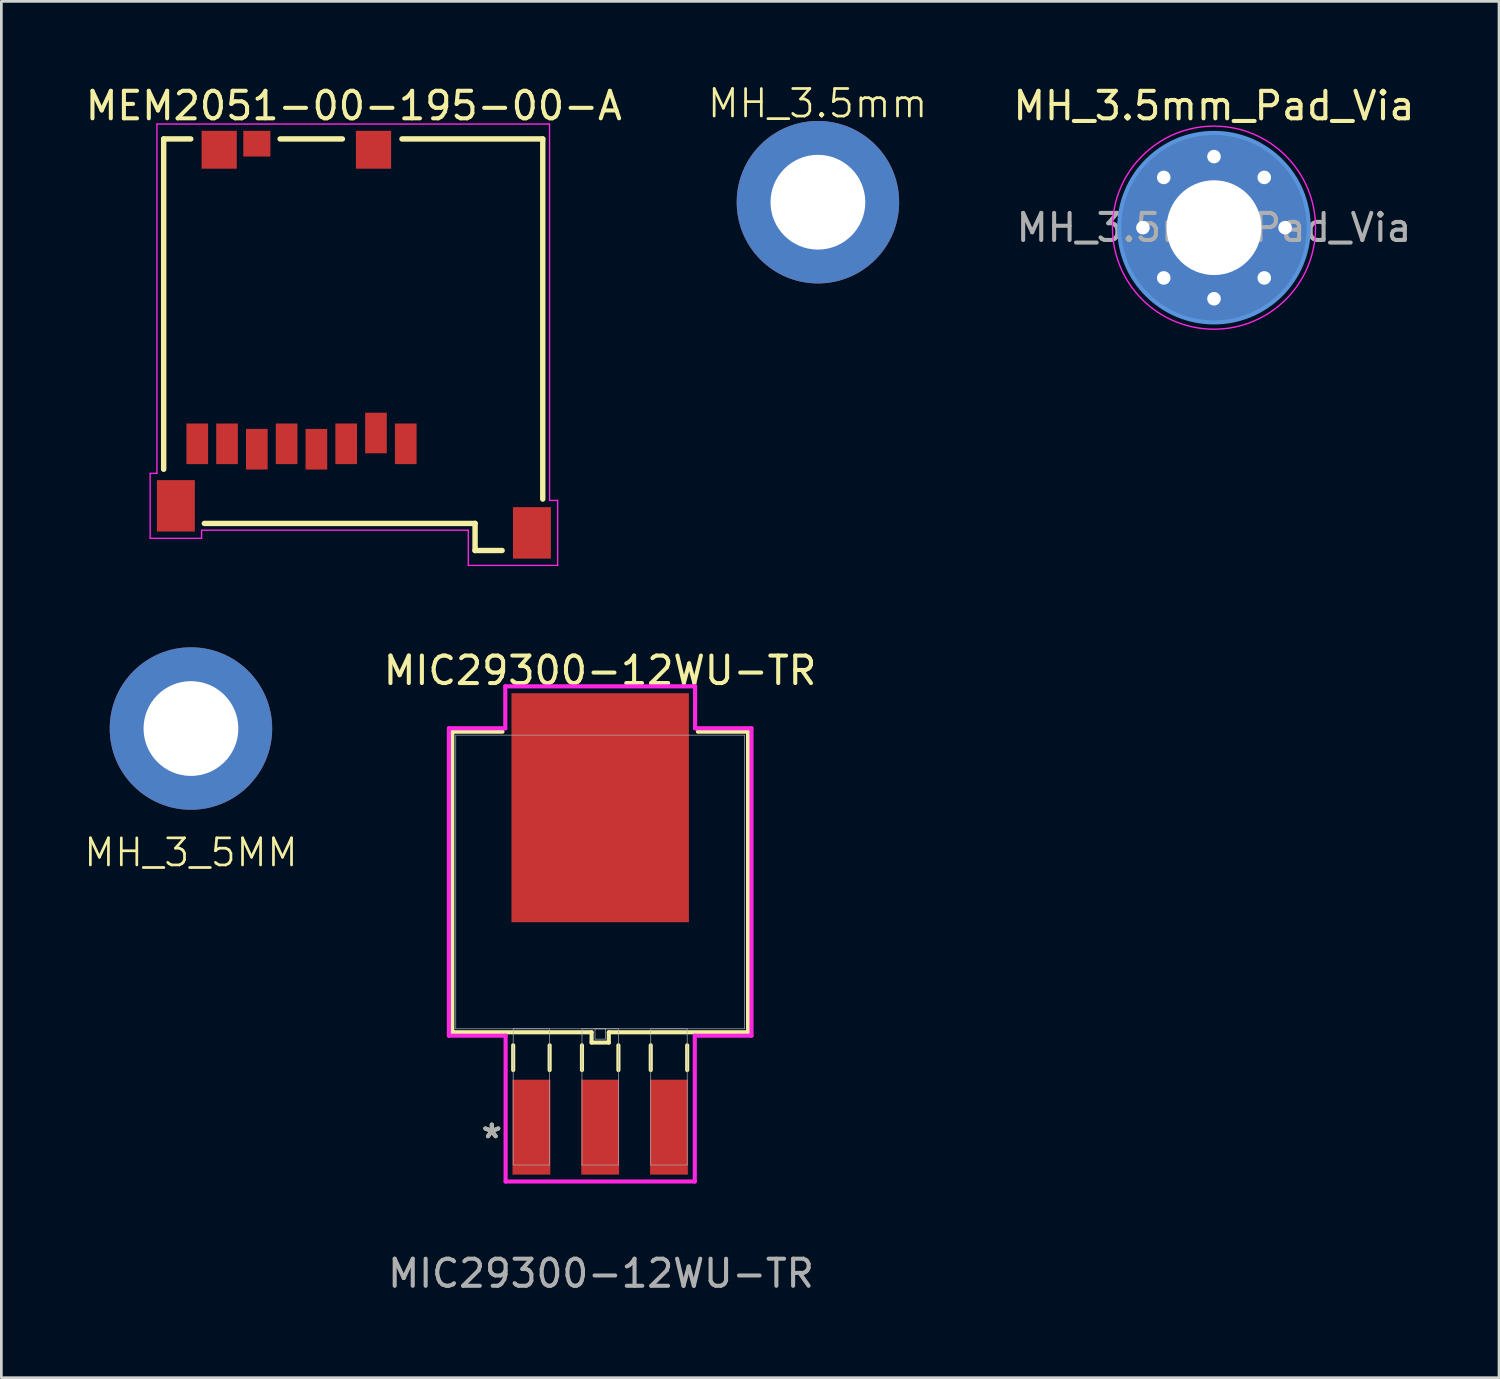
<source format=kicad_pcb>
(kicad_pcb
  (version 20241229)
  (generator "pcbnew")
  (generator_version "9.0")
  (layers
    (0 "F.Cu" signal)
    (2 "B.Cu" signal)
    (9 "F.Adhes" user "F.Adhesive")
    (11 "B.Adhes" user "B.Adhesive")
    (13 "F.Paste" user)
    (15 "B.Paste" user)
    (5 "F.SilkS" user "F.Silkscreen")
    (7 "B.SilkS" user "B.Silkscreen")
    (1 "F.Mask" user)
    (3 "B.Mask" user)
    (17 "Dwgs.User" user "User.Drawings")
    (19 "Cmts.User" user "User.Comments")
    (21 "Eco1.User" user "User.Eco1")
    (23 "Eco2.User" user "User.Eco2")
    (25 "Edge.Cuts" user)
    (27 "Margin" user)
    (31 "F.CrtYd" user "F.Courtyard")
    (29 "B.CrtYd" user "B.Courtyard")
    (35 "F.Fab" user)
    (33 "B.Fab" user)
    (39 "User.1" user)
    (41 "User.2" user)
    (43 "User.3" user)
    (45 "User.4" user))
  (footprint "MH_3.5mm_Pad_Via"
    (layer "F.Cu")
    (at 41.785 5.358)
    (property "Reference" "MH_3.5mm_Pad_Via" (at 0 -4.5 0) (layer "F.SilkS") (effects (font (size 1.016 1.016) (thickness 0.15))))
    (attr exclude_from_pos_files exclude_from_bom)
    (fp_circle (center 0 0) (end 3.5 0) (stroke (width 0.15) (type solid)) (fill no) (layer "Cmts.User"))
    (fp_circle (center 0 0) (end 3.75 0) (stroke (width 0.05) (type solid)) (fill no) (layer "F.CrtYd"))
    (fp_text user "${REFERENCE}" (at 0 0 0) (layer "F.Fab") (effects (font (size 1 1) (thickness 0.15))))
    (pad "1" thru_hole circle (at -2.625 0) (size 0.8 0.8) (drill 0.5) (layers "*.Cu" "*.Mask"))
    (pad "1" thru_hole circle (at -1.856 -1.856) (size 0.8 0.8) (drill 0.5) (layers "*.Cu" "*.Mask"))
    (pad "1" thru_hole circle (at -1.856 1.856) (size 0.8 0.8) (drill 0.5) (layers "*.Cu" "*.Mask"))
    (pad "1" thru_hole circle (at 0 -2.625) (size 0.8 0.8) (drill 0.5) (layers "*.Cu" "*.Mask"))
    (pad "1" thru_hole circle (at 0 0) (size 7 7) (drill 3.5) (layers "*.Cu" "*.Mask"))
    (pad "1" thru_hole circle (at 0 2.625) (size 0.8 0.8) (drill 0.5) (layers "*.Cu" "*.Mask"))
    (pad "1" thru_hole circle (at 1.856 -1.856) (size 0.8 0.8) (drill 0.5) (layers "*.Cu" "*.Mask"))
    (pad "1" thru_hole circle (at 1.856 1.856) (size 0.8 0.8) (drill 0.5) (layers "*.Cu" "*.Mask"))
    (pad "1" thru_hole circle (at 2.625 0) (size 0.8 0.8) (drill 0.5) (layers "*.Cu" "*.Mask")))
  (footprint "MEM2051-00-195-00-A"
    (layer "F.Cu")
    (at 9.995 9.681)
    (property "Reference" "MEM2051-00-195-00-A" (at 0.022 -8.824 180) (layer "F.SilkS") (effects (font (size 1.016 1.016) (thickness 0.15))))
    (attr smd)
    (fp_line (start -7 -7.6) (end -7 4.6) (stroke (width 0.2) (type solid)) (layer "F.SilkS"))
    (fp_line (start -6 -7.6) (end -7 -7.6) (stroke (width 0.2) (type solid)) (layer "F.SilkS"))
    (fp_line (start -5.5 6.6) (end 4.5 6.6) (stroke (width 0.2) (type solid)) (layer "F.SilkS"))
    (fp_line (start -0.4 -7.6) (end -2.7 -7.6) (stroke (width 0.2) (type solid)) (layer "F.SilkS"))
    (fp_line (start 4.5 6.6) (end 4.5 7.6) (stroke (width 0.2) (type solid)) (layer "F.SilkS"))
    (fp_line (start 4.5 7.6) (end 5.5 7.6) (stroke (width 0.2) (type solid)) (layer "F.SilkS"))
    (fp_line (start 7 -7.6) (end 1.8 -7.6) (stroke (width 0.2) (type solid)) (layer "F.SilkS"))
    (fp_line (start 7 5.7) (end 7 -7.6) (stroke (width 0.2) (type solid)) (layer "F.SilkS"))
    (fp_line (start -7.5 4.75) (end -7.25 4.75) (stroke (width 0.05) (type solid)) (layer "F.CrtYd"))
    (fp_line (start -7.5 7.15) (end -7.5 4.75) (stroke (width 0.05) (type solid)) (layer "F.CrtYd"))
    (fp_line (start -7.25 -8.15) (end 7.25 -8.15) (stroke (width 0.05) (type solid)) (layer "F.CrtYd"))
    (fp_line (start -7.25 4.75) (end -7.25 -8.15) (stroke (width 0.05) (type solid)) (layer "F.CrtYd"))
    (fp_line (start -5.6 6.85) (end -5.6 7.15) (stroke (width 0.05) (type solid)) (layer "F.CrtYd"))
    (fp_line (start -5.6 7.15) (end -7.5 7.15) (stroke (width 0.05) (type solid)) (layer "F.CrtYd"))
    (fp_line (start 4.25 6.85) (end -5.6 6.85) (stroke (width 0.05) (type solid)) (layer "F.CrtYd"))
    (fp_line (start 4.25 8.15) (end 4.25 6.85) (stroke (width 0.05) (type solid)) (layer "F.CrtYd"))
    (fp_line (start 7.25 -8.15) (end 7.25 5.75) (stroke (width 0.05) (type solid)) (layer "F.CrtYd"))
    (fp_line (start 7.25 5.75) (end 7.55 5.75) (stroke (width 0.05) (type solid)) (layer "F.CrtYd"))
    (fp_line (start 7.55 5.75) (end 7.55 8.15) (stroke (width 0.05) (type solid)) (layer "F.CrtYd"))
    (fp_line (start 7.55 8.15) (end 4.25 8.15) (stroke (width 0.05) (type solid)) (layer "F.CrtYd"))
    (pad "1" smd rect (at 1.94 3.66) (size 0.8 1.5) (layers "F.Cu" "F.Mask" "F.Paste"))
    (pad "2" smd rect (at 0.84 3.26) (size 0.8 1.5) (layers "F.Cu" "F.Mask" "F.Paste"))
    (pad "3" smd rect (at -0.26 3.66) (size 0.8 1.5) (layers "F.Cu" "F.Mask" "F.Paste"))
    (pad "4" smd rect (at -1.36 3.86) (size 0.8 1.5) (layers "F.Cu" "F.Mask" "F.Paste"))
    (pad "5" smd rect (at -2.46 3.66) (size 0.8 1.5) (layers "F.Cu" "F.Mask" "F.Paste"))
    (pad "6" smd rect (at -3.56 3.86) (size 0.8 1.5) (layers "F.Cu" "F.Mask" "F.Paste"))
    (pad "7" smd rect (at -4.66 3.66) (size 0.8 1.5) (layers "F.Cu" "F.Mask" "F.Paste"))
    (pad "8" smd rect (at -5.76 3.66) (size 0.8 1.5) (layers "F.Cu" "F.Mask" "F.Paste"))
    (pad "9" smd rect (at -3.56 -7.425) (size 1 0.95) (layers "F.Cu" "F.Mask" "F.Paste"))
    (pad "P1" smd rect (at -4.95 -7.2) (size 1.3 1.4) (layers "F.Cu" "F.Mask" "F.Paste"))
    (pad "P2" smd rect (at 0.75 -7.2) (size 1.3 1.4) (layers "F.Cu" "F.Mask" "F.Paste"))
    (pad "P3" smd rect (at 6.6 6.95) (size 1.4 1.9) (layers "F.Cu" "F.Mask" "F.Paste"))
    (pad "P4" smd rect (at -6.55 5.95) (size 1.4 1.9) (layers "F.Cu" "F.Mask" "F.Paste")))
  (footprint "MIC29300-12WU-TR"
    (layer "F.Cu")
    (at 19.116 29.523)
    (property "Reference" "MIC29300-12WU-TR" (at -0.005 -7.809 0) (unlocked yes) (layer "F.SilkS") (effects (font (size 1.016 1.016) (thickness 0.15))))
    (attr smd)
    (fp_line (start -5.461 -5.55) (end -5.461 5.55) (stroke (width 0.152) (type solid)) (layer "F.SilkS"))
    (fp_line (start -5.461 5.55) (end -0.318 5.55) (stroke (width 0.152) (type solid)) (layer "F.SilkS"))
    (fp_line (start -3.609 -5.55) (end -5.461 -5.55) (stroke (width 0.152) (type solid)) (layer "F.SilkS"))
    (fp_line (start -3.213 6.032) (end -3.213 6.947) (stroke (width 0.152) (type solid)) (layer "F.SilkS"))
    (fp_line (start -1.867 6.032) (end -1.867 6.947) (stroke (width 0.152) (type solid)) (layer "F.SilkS"))
    (fp_line (start -0.673 6.032) (end -0.673 6.947) (stroke (width 0.152) (type solid)) (layer "F.SilkS"))
    (fp_line (start -0.318 5.55) (end -0.318 5.931) (stroke (width 0.152) (type solid)) (layer "F.SilkS"))
    (fp_line (start -0.318 5.931) (end 0.318 5.931) (stroke (width 0.152) (type solid)) (layer "F.SilkS"))
    (fp_line (start 0.318 5.55) (end 5.461 5.55) (stroke (width 0.152) (type solid)) (layer "F.SilkS"))
    (fp_line (start 0.318 5.931) (end 0.318 5.55) (stroke (width 0.152) (type solid)) (layer "F.SilkS"))
    (fp_line (start 0.673 6.032) (end 0.673 6.947) (stroke (width 0.152) (type solid)) (layer "F.SilkS"))
    (fp_line (start 1.867 6.032) (end 1.867 6.947) (stroke (width 0.152) (type solid)) (layer "F.SilkS"))
    (fp_line (start 3.213 6.032) (end 3.213 6.947) (stroke (width 0.152) (type solid)) (layer "F.SilkS"))
    (fp_line (start 5.461 -5.55) (end 3.609 -5.55) (stroke (width 0.152) (type solid)) (layer "F.SilkS"))
    (fp_line (start 5.461 5.55) (end 5.461 -5.55) (stroke (width 0.152) (type solid)) (layer "F.SilkS"))
    (fp_line (start -5.588 -5.677) (end -3.505 -5.677) (stroke (width 0.152) (type solid)) (layer "F.CrtYd"))
    (fp_line (start -5.588 5.677) (end -5.588 -5.677) (stroke (width 0.152) (type solid)) (layer "F.CrtYd"))
    (fp_line (start -3.505 -7.226) (end 3.505 -7.226) (stroke (width 0.152) (type solid)) (layer "F.CrtYd"))
    (fp_line (start -3.505 -5.677) (end -3.505 -7.226) (stroke (width 0.152) (type solid)) (layer "F.CrtYd"))
    (fp_line (start -3.493 5.677) (end -5.588 5.677) (stroke (width 0.152) (type solid)) (layer "F.CrtYd"))
    (fp_line (start -3.493 11.062) (end -3.493 5.677) (stroke (width 0.152) (type solid)) (layer "F.CrtYd"))
    (fp_line (start 3.493 5.677) (end 3.493 11.062) (stroke (width 0.152) (type solid)) (layer "F.CrtYd"))
    (fp_line (start 3.493 11.062) (end -3.493 11.062) (stroke (width 0.152) (type solid)) (layer "F.CrtYd"))
    (fp_line (start 3.505 -7.226) (end 3.505 -5.677) (stroke (width 0.152) (type solid)) (layer "F.CrtYd"))
    (fp_line (start 3.505 -5.677) (end 5.588 -5.677) (stroke (width 0.152) (type solid)) (layer "F.CrtYd"))
    (fp_line (start 5.588 -5.677) (end 5.588 5.677) (stroke (width 0.152) (type solid)) (layer "F.CrtYd"))
    (fp_line (start 5.588 5.677) (end 3.493 5.677) (stroke (width 0.152) (type solid)) (layer "F.CrtYd"))
    (fp_line (start -5.334 -5.423) (end -5.334 5.423) (stroke (width 0.025) (type solid)) (layer "F.Fab"))
    (fp_line (start -5.334 5.423) (end 5.334 5.423) (stroke (width 0.025) (type solid)) (layer "F.Fab"))
    (fp_line (start -3.213 5.423) (end -3.213 10.452) (stroke (width 0.025) (type solid)) (layer "F.Fab"))
    (fp_line (start -3.213 10.452) (end -1.867 10.452) (stroke (width 0.025) (type solid)) (layer "F.Fab"))
    (fp_line (start -1.867 5.423) (end -3.213 5.423) (stroke (width 0.025) (type solid)) (layer "F.Fab"))
    (fp_line (start -1.867 10.452) (end -1.867 5.423) (stroke (width 0.025) (type solid)) (layer "F.Fab"))
    (fp_line (start -0.673 5.423) (end -0.673 10.452) (stroke (width 0.025) (type solid)) (layer "F.Fab"))
    (fp_line (start -0.673 10.452) (end 0.673 10.452) (stroke (width 0.025) (type solid)) (layer "F.Fab"))
    (fp_line (start -0.191 5.423) (end -0.191 5.804) (stroke (width 0.025) (type solid)) (layer "F.Fab"))
    (fp_line (start -0.191 5.804) (end 0.191 5.804) (stroke (width 0.025) (type solid)) (layer "F.Fab"))
    (fp_line (start 0.191 5.423) (end -0.191 5.423) (stroke (width 0.025) (type solid)) (layer "F.Fab"))
    (fp_line (start 0.191 5.804) (end 0.191 5.423) (stroke (width 0.025) (type solid)) (layer "F.Fab"))
    (fp_line (start 0.673 5.423) (end -0.673 5.423) (stroke (width 0.025) (type solid)) (layer "F.Fab"))
    (fp_line (start 0.673 10.452) (end 0.673 5.423) (stroke (width 0.025) (type solid)) (layer "F.Fab"))
    (fp_line (start 1.867 5.423) (end 1.867 10.452) (stroke (width 0.025) (type solid)) (layer "F.Fab"))
    (fp_line (start 1.867 10.452) (end 3.213 10.452) (stroke (width 0.025) (type solid)) (layer "F.Fab"))
    (fp_line (start 3.213 5.423) (end 1.867 5.423) (stroke (width 0.025) (type solid)) (layer "F.Fab"))
    (fp_line (start 3.213 10.452) (end 3.213 5.423) (stroke (width 0.025) (type solid)) (layer "F.Fab"))
    (fp_line (start 5.334 -5.423) (end -5.334 -5.423) (stroke (width 0.025) (type solid)) (layer "F.Fab"))
    (fp_line (start 5.334 5.423) (end 5.334 -5.423) (stroke (width 0.025) (type solid)) (layer "F.Fab"))
    (fp_text user "*" (at -4.003 9.506 0) (layer "F.SilkS") (effects (font (size 1 1) (thickness 0.15))))
    (fp_text user "*" (at -4.003 9.506 0) (layer "F.Fab") (effects (font (size 1 1) (thickness 0.15))))
    (fp_text user "${REFERENCE}" (at 0.03 14.458 0) (unlocked yes) (layer "F.Fab") (effects (font (size 1 1) (thickness 0.15))))
    (pad "1" smd rect (at -2.54 9.055) (size 1.397 3.505) (layers "F.Cu" "F.Mask" "F.Paste"))
    (pad "2" smd rect (at 0 9.055) (size 1.397 3.505) (layers "F.Cu" "F.Mask" "F.Paste"))
    (pad "3" smd rect (at 2.54 9.055) (size 1.397 3.505) (layers "F.Cu" "F.Mask" "F.Paste"))
    (pad "4" smd rect (at 0 -2.743) (size 6.553 8.458) (layers "F.Cu" "F.Mask" "F.Paste")))
  (footprint "MH_3_5MM"
    (layer "F.Cu")
    (at 4.002 28.936)
    (property "Reference" "MH_3_5MM" (at 0 -0.5 0) (unlocked yes) (layer "F.SilkS") (effects (font (size 1 1) (thickness 0.1))))
    (attr through_hole board_only)
    (pad "1" thru_hole circle (at 0 -5.08) (size 6 6) (drill 3.5) (layers "*.Cu" "*.Mask")))
  (footprint "MH_3.5mm"
    (layer "F.Cu")
    (at 27.157 4.418)
    (property "Reference" "MH_3.5mm" (at -0.01 -3.648 0) (unlocked yes) (layer "F.SilkS") (effects (font (size 1.016 1.016) (thickness 0.1))))
    (attr through_hole board_only)
    (pad "1" thru_hole circle (at 0 0) (size 6 6) (drill 3.5) (layers "*.Cu" "*.Mask")))
  (gr_rect
    (start -3 -3)
    (end 52.311 47.83)
    (stroke (width 0.1) (type default))
    (fill no)
    (layer "Edge.Cuts")))
</source>
